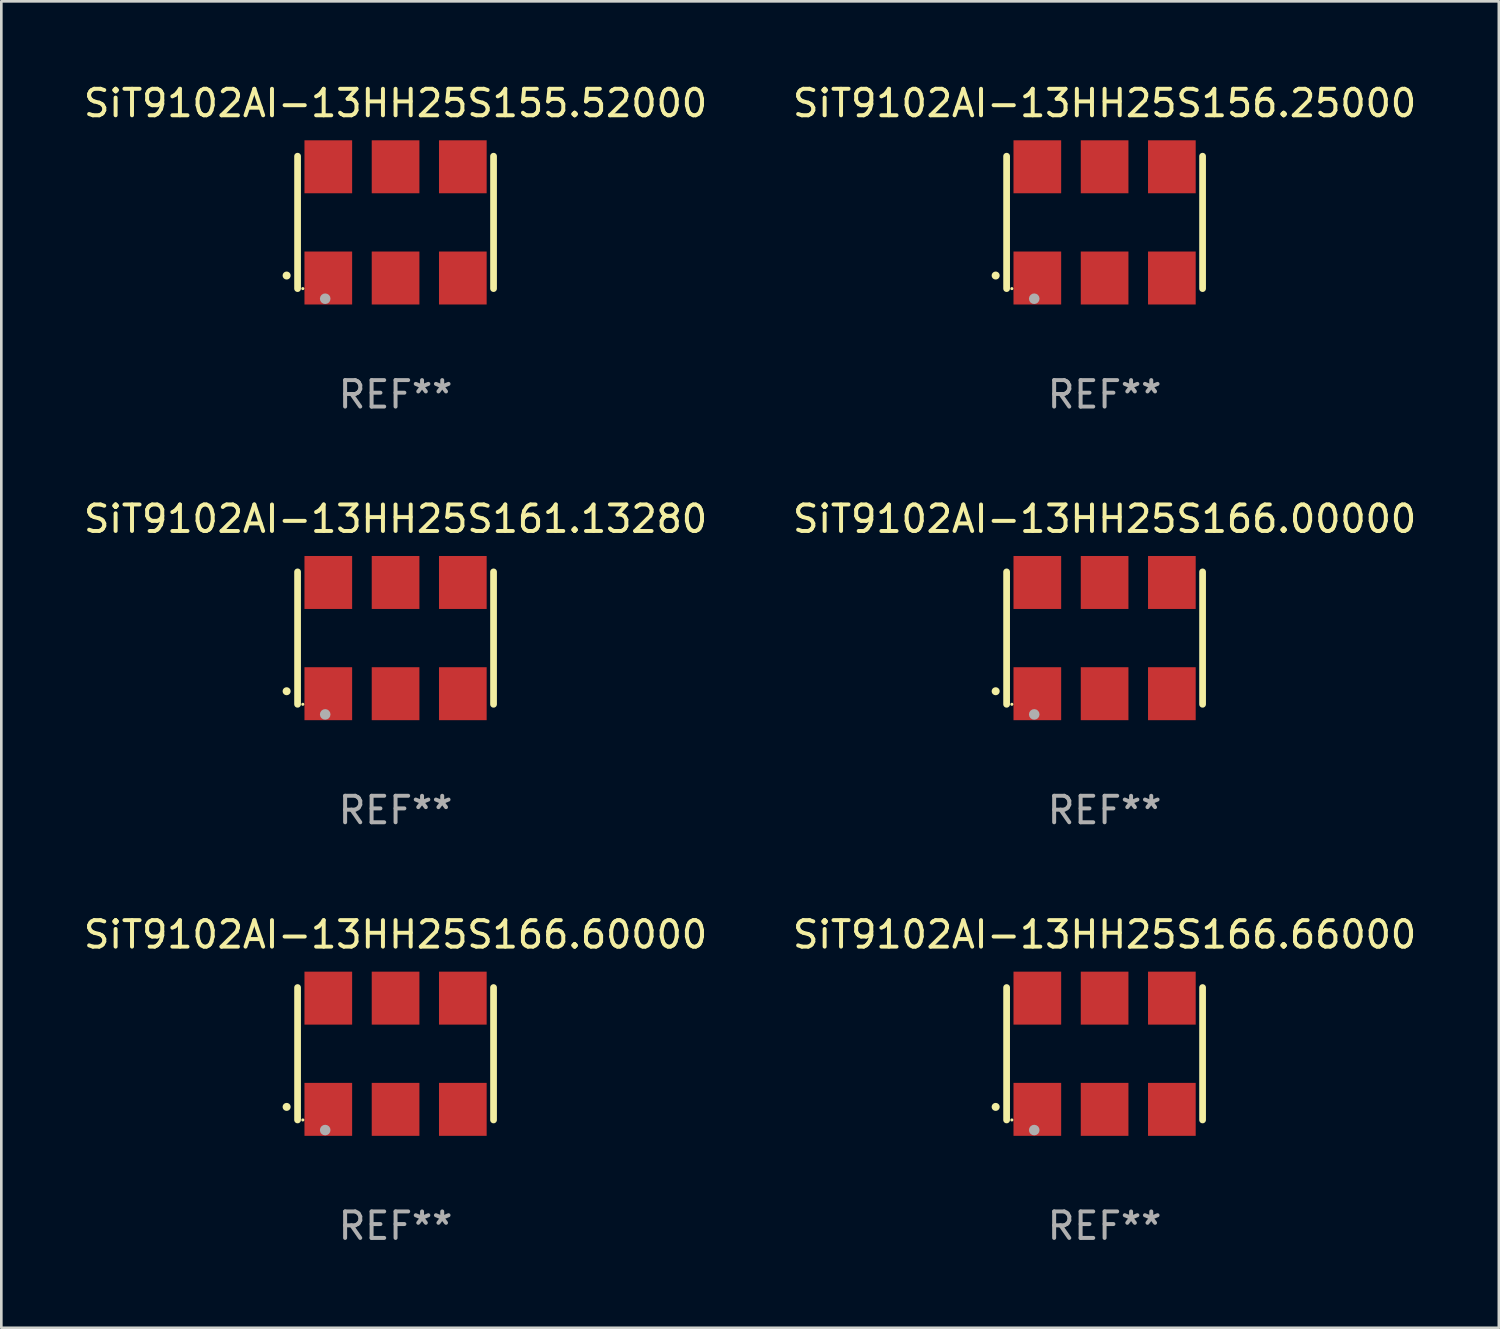
<source format=kicad_pcb>
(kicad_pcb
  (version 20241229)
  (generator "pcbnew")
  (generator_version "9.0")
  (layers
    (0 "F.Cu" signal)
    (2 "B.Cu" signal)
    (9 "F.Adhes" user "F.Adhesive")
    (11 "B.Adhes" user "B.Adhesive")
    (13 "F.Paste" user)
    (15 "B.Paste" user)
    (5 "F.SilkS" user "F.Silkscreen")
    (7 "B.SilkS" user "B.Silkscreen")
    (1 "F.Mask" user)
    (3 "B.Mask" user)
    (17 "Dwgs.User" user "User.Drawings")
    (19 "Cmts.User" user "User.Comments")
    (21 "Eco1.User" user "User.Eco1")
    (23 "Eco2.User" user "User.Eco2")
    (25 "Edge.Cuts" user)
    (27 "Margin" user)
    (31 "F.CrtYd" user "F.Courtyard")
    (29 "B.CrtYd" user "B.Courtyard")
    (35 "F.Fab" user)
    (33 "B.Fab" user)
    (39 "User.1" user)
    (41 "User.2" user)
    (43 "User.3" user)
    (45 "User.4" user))
  (footprint "SiT9102AI-13HH25S155.52000"
    (layer "F.Cu")
    (at 11.887 5.348)
    (property "Reference" "SiT9102AI-13HH25S155.52000" (at 0 -4.5 0) (layer "F.SilkS") (effects (font (size 1 1) (thickness 0.15))))
    (attr through_hole)
    (fp_line (start -3.7 -2.5) (end -3.7 2.5) (stroke (width 0.254) (type solid)) (layer "F.SilkS"))
    (fp_line (start 3.7 -2.5) (end 3.7 2.5) (stroke (width 0.254) (type solid)) (layer "F.SilkS"))
    (fp_arc (start -4.114415 2.006604) (mid -4.113145 2.006599) (end -4.111875 2.006604) (stroke (width 0.3) (type solid)) (layer "F.SilkS"))
    (fp_circle (center -3.502 2.5) (end -3.472 2.5) (stroke (width 0.06) (type solid)) (fill no) (layer "F.SilkS"))
    (fp_circle (center -2.657 2.882) (end -2.557 2.882) (stroke (width 0.2) (type solid)) (fill no) (layer "F.Fab"))
    (fp_text user "REF**" (at 0 6.5 0) (layer "F.Fab") (effects (font (size 1 1) (thickness 0.15))))
    (pad "1" smd rect (at -2.54 2.1) (size 1.8 2) (layers "F.Cu" "F.Mask" "F.Paste"))
    (pad "2" smd rect (at 0.000394 2.1) (size 1.8 2) (layers "F.Cu" "F.Mask" "F.Paste"))
    (pad "3" smd rect (at 2.54 2.1) (size 1.8 2) (layers "F.Cu" "F.Mask" "F.Paste"))
    (pad "4" smd rect (at 2.54 -2.1) (size 1.8 2) (layers "F.Cu" "F.Mask" "F.Paste"))
    (pad "5" smd rect (at 0.000394 -2.1) (size 1.8 2) (layers "F.Cu" "F.Mask" "F.Paste"))
    (pad "6" smd rect (at -2.54 -2.1) (size 1.8 2) (layers "F.Cu" "F.Mask" "F.Paste")))
  (footprint "SiT9102AI-13HH25S166.66000"
    (layer "F.Cu")
    (at 38.661 36.741)
    (property "Reference" "SiT9102AI-13HH25S166.66000" (at 0 -4.5 0) (layer "F.SilkS") (effects (font (size 1 1) (thickness 0.15))))
    (attr through_hole)
    (fp_line (start -3.7 -2.5) (end -3.7 2.5) (stroke (width 0.254) (type solid)) (layer "F.SilkS"))
    (fp_line (start 3.7 -2.5) (end 3.7 2.5) (stroke (width 0.254) (type solid)) (layer "F.SilkS"))
    (fp_arc (start -4.114415 2.006604) (mid -4.113145 2.006599) (end -4.111875 2.006604) (stroke (width 0.3) (type solid)) (layer "F.SilkS"))
    (fp_circle (center -3.502 2.5) (end -3.472 2.5) (stroke (width 0.06) (type solid)) (fill no) (layer "F.SilkS"))
    (fp_circle (center -2.657 2.882) (end -2.557 2.882) (stroke (width 0.2) (type solid)) (fill no) (layer "F.Fab"))
    (fp_text user "REF**" (at 0 6.5 0) (layer "F.Fab") (effects (font (size 1 1) (thickness 0.15))))
    (pad "1" smd rect (at -2.54 2.1) (size 1.8 2) (layers "F.Cu" "F.Mask" "F.Paste"))
    (pad "2" smd rect (at 0.000394 2.1) (size 1.8 2) (layers "F.Cu" "F.Mask" "F.Paste"))
    (pad "3" smd rect (at 2.54 2.1) (size 1.8 2) (layers "F.Cu" "F.Mask" "F.Paste"))
    (pad "4" smd rect (at 2.54 -2.1) (size 1.8 2) (layers "F.Cu" "F.Mask" "F.Paste"))
    (pad "5" smd rect (at 0.000394 -2.1) (size 1.8 2) (layers "F.Cu" "F.Mask" "F.Paste"))
    (pad "6" smd rect (at -2.54 -2.1) (size 1.8 2) (layers "F.Cu" "F.Mask" "F.Paste")))
  (footprint "SiT9102AI-13HH25S166.60000"
    (layer "F.Cu")
    (at 11.887 36.741)
    (property "Reference" "SiT9102AI-13HH25S166.60000" (at 0 -4.5 0) (layer "F.SilkS") (effects (font (size 1 1) (thickness 0.15))))
    (attr through_hole)
    (fp_line (start -3.7 -2.5) (end -3.7 2.5) (stroke (width 0.254) (type solid)) (layer "F.SilkS"))
    (fp_line (start 3.7 -2.5) (end 3.7 2.5) (stroke (width 0.254) (type solid)) (layer "F.SilkS"))
    (fp_arc (start -4.114415 2.006604) (mid -4.113145 2.006599) (end -4.111875 2.006604) (stroke (width 0.3) (type solid)) (layer "F.SilkS"))
    (fp_circle (center -3.502 2.5) (end -3.472 2.5) (stroke (width 0.06) (type solid)) (fill no) (layer "F.SilkS"))
    (fp_circle (center -2.657 2.882) (end -2.557 2.882) (stroke (width 0.2) (type solid)) (fill no) (layer "F.Fab"))
    (fp_text user "REF**" (at 0 6.5 0) (layer "F.Fab") (effects (font (size 1 1) (thickness 0.15))))
    (pad "1" smd rect (at -2.54 2.1) (size 1.8 2) (layers "F.Cu" "F.Mask" "F.Paste"))
    (pad "2" smd rect (at 0.000394 2.1) (size 1.8 2) (layers "F.Cu" "F.Mask" "F.Paste"))
    (pad "3" smd rect (at 2.54 2.1) (size 1.8 2) (layers "F.Cu" "F.Mask" "F.Paste"))
    (pad "4" smd rect (at 2.54 -2.1) (size 1.8 2) (layers "F.Cu" "F.Mask" "F.Paste"))
    (pad "5" smd rect (at 0.000394 -2.1) (size 1.8 2) (layers "F.Cu" "F.Mask" "F.Paste"))
    (pad "6" smd rect (at -2.54 -2.1) (size 1.8 2) (layers "F.Cu" "F.Mask" "F.Paste")))
  (footprint "SiT9102AI-13HH25S161.13280"
    (layer "F.Cu")
    (at 11.887 21.045)
    (property "Reference" "SiT9102AI-13HH25S161.13280" (at 0 -4.5 0) (layer "F.SilkS") (effects (font (size 1 1) (thickness 0.15))))
    (attr through_hole)
    (fp_line (start -3.7 -2.5) (end -3.7 2.5) (stroke (width 0.254) (type solid)) (layer "F.SilkS"))
    (fp_line (start 3.7 -2.5) (end 3.7 2.5) (stroke (width 0.254) (type solid)) (layer "F.SilkS"))
    (fp_arc (start -4.114415 2.006604) (mid -4.113145 2.006599) (end -4.111875 2.006604) (stroke (width 0.3) (type solid)) (layer "F.SilkS"))
    (fp_circle (center -3.502 2.5) (end -3.472 2.5) (stroke (width 0.06) (type solid)) (fill no) (layer "F.SilkS"))
    (fp_circle (center -2.657 2.882) (end -2.557 2.882) (stroke (width 0.2) (type solid)) (fill no) (layer "F.Fab"))
    (fp_text user "REF**" (at 0 6.5 0) (layer "F.Fab") (effects (font (size 1 1) (thickness 0.15))))
    (pad "1" smd rect (at -2.54 2.1) (size 1.8 2) (layers "F.Cu" "F.Mask" "F.Paste"))
    (pad "2" smd rect (at 0.000394 2.1) (size 1.8 2) (layers "F.Cu" "F.Mask" "F.Paste"))
    (pad "3" smd rect (at 2.54 2.1) (size 1.8 2) (layers "F.Cu" "F.Mask" "F.Paste"))
    (pad "4" smd rect (at 2.54 -2.1) (size 1.8 2) (layers "F.Cu" "F.Mask" "F.Paste"))
    (pad "5" smd rect (at 0.000394 -2.1) (size 1.8 2) (layers "F.Cu" "F.Mask" "F.Paste"))
    (pad "6" smd rect (at -2.54 -2.1) (size 1.8 2) (layers "F.Cu" "F.Mask" "F.Paste")))
  (footprint "SiT9102AI-13HH25S166.00000"
    (layer "F.Cu")
    (at 38.661 21.045)
    (property "Reference" "SiT9102AI-13HH25S166.00000" (at 0 -4.5 0) (layer "F.SilkS") (effects (font (size 1 1) (thickness 0.15))))
    (attr through_hole)
    (fp_line (start -3.7 -2.5) (end -3.7 2.5) (stroke (width 0.254) (type solid)) (layer "F.SilkS"))
    (fp_line (start 3.7 -2.5) (end 3.7 2.5) (stroke (width 0.254) (type solid)) (layer "F.SilkS"))
    (fp_arc (start -4.114415 2.006604) (mid -4.113145 2.006599) (end -4.111875 2.006604) (stroke (width 0.3) (type solid)) (layer "F.SilkS"))
    (fp_circle (center -3.502 2.5) (end -3.472 2.5) (stroke (width 0.06) (type solid)) (fill no) (layer "F.SilkS"))
    (fp_circle (center -2.657 2.882) (end -2.557 2.882) (stroke (width 0.2) (type solid)) (fill no) (layer "F.Fab"))
    (fp_text user "REF**" (at 0 6.5 0) (layer "F.Fab") (effects (font (size 1 1) (thickness 0.15))))
    (pad "1" smd rect (at -2.54 2.1) (size 1.8 2) (layers "F.Cu" "F.Mask" "F.Paste"))
    (pad "2" smd rect (at 0.000394 2.1) (size 1.8 2) (layers "F.Cu" "F.Mask" "F.Paste"))
    (pad "3" smd rect (at 2.54 2.1) (size 1.8 2) (layers "F.Cu" "F.Mask" "F.Paste"))
    (pad "4" smd rect (at 2.54 -2.1) (size 1.8 2) (layers "F.Cu" "F.Mask" "F.Paste"))
    (pad "5" smd rect (at 0.000394 -2.1) (size 1.8 2) (layers "F.Cu" "F.Mask" "F.Paste"))
    (pad "6" smd rect (at -2.54 -2.1) (size 1.8 2) (layers "F.Cu" "F.Mask" "F.Paste")))
  (footprint "SiT9102AI-13HH25S156.25000"
    (layer "F.Cu")
    (at 38.661 5.348)
    (property "Reference" "SiT9102AI-13HH25S156.25000" (at 0 -4.5 0) (layer "F.SilkS") (effects (font (size 1 1) (thickness 0.15))))
    (attr through_hole)
    (fp_line (start -3.7 -2.5) (end -3.7 2.5) (stroke (width 0.254) (type solid)) (layer "F.SilkS"))
    (fp_line (start 3.7 -2.5) (end 3.7 2.5) (stroke (width 0.254) (type solid)) (layer "F.SilkS"))
    (fp_arc (start -4.114415 2.006604) (mid -4.113145 2.006599) (end -4.111875 2.006604) (stroke (width 0.3) (type solid)) (layer "F.SilkS"))
    (fp_circle (center -3.502 2.5) (end -3.472 2.5) (stroke (width 0.06) (type solid)) (fill no) (layer "F.SilkS"))
    (fp_circle (center -2.657 2.882) (end -2.557 2.882) (stroke (width 0.2) (type solid)) (fill no) (layer "F.Fab"))
    (fp_text user "REF**" (at 0 6.5 0) (layer "F.Fab") (effects (font (size 1 1) (thickness 0.15))))
    (pad "1" smd rect (at -2.54 2.1) (size 1.8 2) (layers "F.Cu" "F.Mask" "F.Paste"))
    (pad "2" smd rect (at 0.000394 2.1) (size 1.8 2) (layers "F.Cu" "F.Mask" "F.Paste"))
    (pad "3" smd rect (at 2.54 2.1) (size 1.8 2) (layers "F.Cu" "F.Mask" "F.Paste"))
    (pad "4" smd rect (at 2.54 -2.1) (size 1.8 2) (layers "F.Cu" "F.Mask" "F.Paste"))
    (pad "5" smd rect (at 0.000394 -2.1) (size 1.8 2) (layers "F.Cu" "F.Mask" "F.Paste"))
    (pad "6" smd rect (at -2.54 -2.1) (size 1.8 2) (layers "F.Cu" "F.Mask" "F.Paste")))
  (gr_rect
    (start -3 -3)
    (end 53.548 47.09)
    (stroke (width 0.1) (type default))
    (fill no)
    (layer "Edge.Cuts")))
</source>
